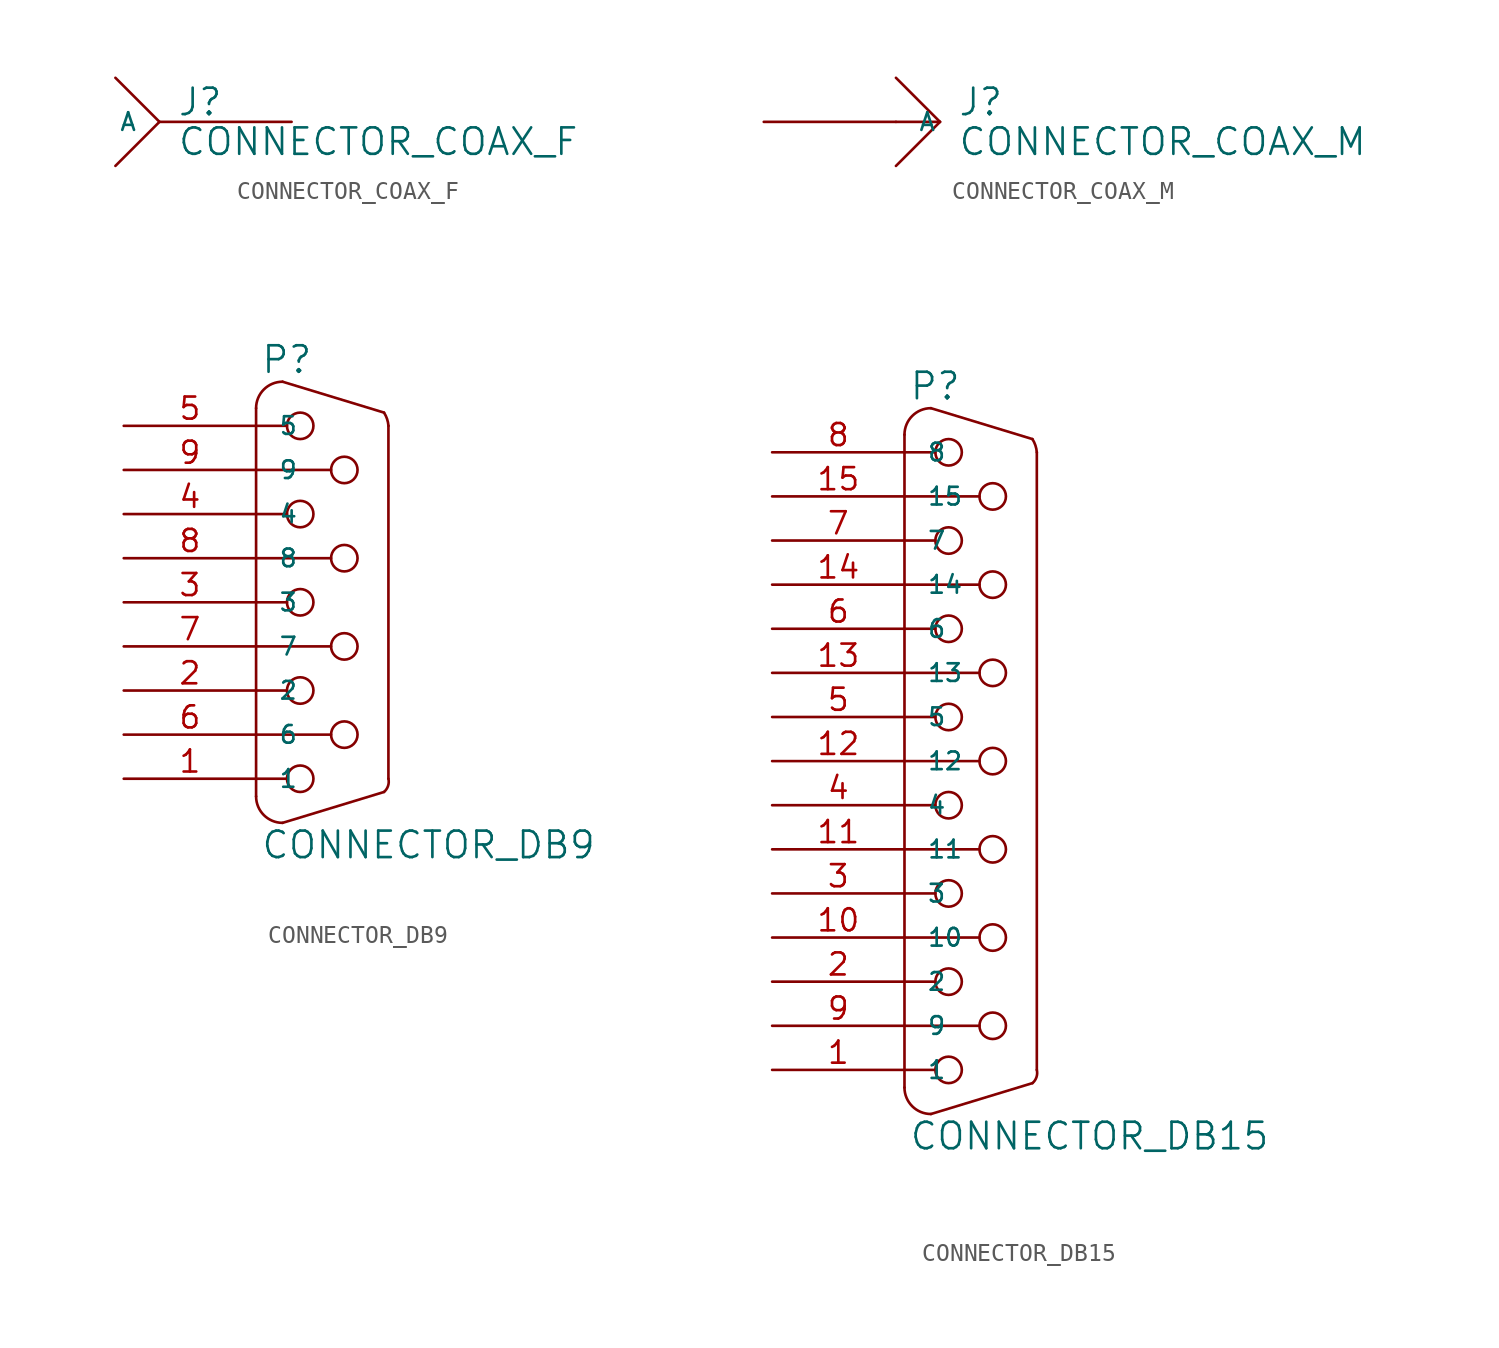
<source format=kicad_sym>
(kicad_symbol_lib
  (version 20231120)
  (generator "kicad_symbol_editor")
  (generator_version "8.0")
  (symbol "CONNECTOR_COAX_F"
    (pin_names
      (offset 1.27))
    (property "Reference" "J"
      (at 3.556 -2.286 0)
      (effects (font (size 1.524 1.524)) (justify left bottom)))
    (property "Value" "CONNECTOR_COAX_F"
      (at 3.556 -2.794 0)
      (effects (font (size 1.524 1.524)) (justify left top)))
    (symbol "CONNECTOR_COAX_F_0_1"
      (polyline (pts (xy 0 0) (xy 2.54 -2.54)) (stroke (width 0) (type solid)) (fill (type none)))
      (polyline (pts (xy 2.54 -2.54) (xy 0 -5.08)) (stroke (width 0) (type solid)) (fill (type none))))
    (symbol "CONNECTOR_COAX_F_1_1"
      (pin passive line (at 10.16 -2.54 180) (length 7.62) (name "A" (effects (font (size 1.016 1.016)))) (number "~" (effects (font (size 1.27 1.27)))))))
  (symbol "CONNECTOR_COAX_M"
    (pin_names
      (offset 1.27))
    (property "Reference" "J"
      (at 3.556 -2.286 0)
      (effects (font (size 1.524 1.524)) (justify left bottom)))
    (property "Value" "CONNECTOR_COAX_M"
      (at 3.556 -2.794 0)
      (effects (font (size 1.524 1.524)) (justify left top)))
    (symbol "CONNECTOR_COAX_M_0_1"
      (polyline (pts (xy 0 -2.54) (xy 2.54 -2.54)) (stroke (width 0) (type solid)) (fill (type none)))
      (polyline (pts (xy 0 0) (xy 2.54 -2.54)) (stroke (width 0) (type solid)) (fill (type none)))
      (polyline (pts (xy 2.54 -2.54) (xy 0 -5.08)) (stroke (width 0) (type solid)) (fill (type none))))
    (symbol "CONNECTOR_COAX_M_1_1"
      (pin passive line (at -7.62 -2.54 0) (length 7.62) (name "A" (effects (font (size 1.016 1.016)))) (number "~" (effects (font (size 1.27 1.27)))))))
  (symbol "CONNECTOR_DB9"
    (pin_names
      (offset 1.27))
    (property "Reference" "P"
      (at 0.254 0.381 0)
      (effects (font (size 1.524 1.524)) (justify left bottom)))
    (property "Value" "CONNECTOR_DB9"
      (at 0.254 -25.781 0)
      (effects (font (size 1.524 1.524)) (justify left top)))
    (symbol "CONNECTOR_DB9_0_1"
      (arc (start 0 -23.876) (mid 0.4464 -24.9536) (end 1.524 -25.4) (stroke (width 0) (type solid)) (fill (type none)))
      (polyline (pts (xy 0 -22.86) (xy 1.778 -22.86)) (stroke (width 0) (type solid)) (fill (type none)))
      (polyline (pts (xy 0 -17.78) (xy 1.778 -17.78)) (stroke (width 0) (type solid)) (fill (type none)))
      (polyline (pts (xy 0 -12.7) (xy 1.778 -12.7)) (stroke (width 0) (type solid)) (fill (type none)))
      (polyline (pts (xy 0 -7.62) (xy 1.778 -7.62)) (stroke (width 0) (type solid)) (fill (type none)))
      (polyline (pts (xy 0 -2.54) (xy 1.778 -2.54)) (stroke (width 0) (type solid)) (fill (type none)))
      (polyline (pts (xy 0 -1.524) (xy 0 -23.876)) (stroke (width 0) (type solid)) (fill (type none)))
      (polyline (pts (xy 4.318 -20.32) (xy 0 -20.32)) (stroke (width 0) (type solid)) (fill (type none)))
      (polyline (pts (xy 4.318 -15.24) (xy 0 -15.24)) (stroke (width 0) (type solid)) (fill (type none)))
      (polyline (pts (xy 4.318 -10.16) (xy 0 -10.16)) (stroke (width 0) (type solid)) (fill (type none)))
      (polyline (pts (xy 4.318 -5.08) (xy 0 -5.08)) (stroke (width 0) (type solid)) (fill (type none)))
      (polyline (pts (xy 7.366 -23.622) (xy 1.524 -25.4)) (stroke (width 0) (type solid)) (fill (type none)))
      (polyline (pts (xy 7.366 -1.778) (xy 1.524 0)) (stroke (width 0) (type solid)) (fill (type none)))
      (polyline (pts (xy 7.62 -22.86) (xy 7.62 -2.54)) (stroke (width 0) (type solid)) (fill (type none)))
      (arc (start 1.524 0) (mid 0.4464 -0.4464) (end 0 -1.524) (stroke (width 0) (type solid)) (fill (type none)))
      (circle (center 2.54 -22.86) (radius 0.762) (stroke (width 0) (type solid)) (fill (type none)))
      (circle (center 2.54 -17.78) (radius 0.762) (stroke (width 0) (type solid)) (fill (type none)))
      (circle (center 2.54 -12.7) (radius 0.762) (stroke (width 0) (type solid)) (fill (type none)))
      (circle (center 2.54 -7.62) (radius 0.762) (stroke (width 0) (type solid)) (fill (type none)))
      (circle (center 2.54 -2.54) (radius 0.762) (stroke (width 0) (type solid)) (fill (type none)))
      (circle (center 5.08 -20.32) (radius 0.762) (stroke (width 0) (type solid)) (fill (type none)))
      (circle (center 5.08 -15.24) (radius 0.762) (stroke (width 0) (type solid)) (fill (type none)))
      (circle (center 5.08 -10.16) (radius 0.762) (stroke (width 0) (type solid)) (fill (type none)))
      (circle (center 5.08 -5.08) (radius 0.762) (stroke (width 0) (type solid)) (fill (type none)))
      (arc (start 7.366 -23.622) (mid 7.5996 -23.2724) (end 7.62 -22.86) (stroke (width 0) (type solid)) (fill (type none)))
      (arc (start 7.62 -2.54) (mid 7.5427 -2.1512) (end 7.366 -1.778) (stroke (width 0) (type solid)) (fill (type none))))
    (symbol "CONNECTOR_DB9_1_1"
      (pin passive line (at -7.62 -22.86 0) (length 7.62) (name "1" (effects (font (size 1.016 1.016)))) (number "1" (effects (font (size 1.27 1.27)))))
      (pin passive line (at -7.62 -17.78 0) (length 7.62) (name "2" (effects (font (size 1.016 1.016)))) (number "2" (effects (font (size 1.27 1.27)))))
      (pin passive line (at -7.62 -12.7 0) (length 7.62) (name "3" (effects (font (size 1.016 1.016)))) (number "3" (effects (font (size 1.27 1.27)))))
      (pin passive line (at -7.62 -7.62 0) (length 7.62) (name "4" (effects (font (size 1.016 1.016)))) (number "4" (effects (font (size 1.27 1.27)))))
      (pin passive line (at -7.62 -2.54 0) (length 7.62) (name "5" (effects (font (size 1.016 1.016)))) (number "5" (effects (font (size 1.27 1.27)))))
      (pin passive line (at -7.62 -20.32 0) (length 7.62) (name "6" (effects (font (size 1.016 1.016)))) (number "6" (effects (font (size 1.27 1.27)))))
      (pin passive line (at -7.62 -15.24 0) (length 7.62) (name "7" (effects (font (size 1.016 1.016)))) (number "7" (effects (font (size 1.27 1.27)))))
      (pin passive line (at -7.62 -10.16 0) (length 7.62) (name "8" (effects (font (size 1.016 1.016)))) (number "8" (effects (font (size 1.27 1.27)))))
      (pin passive line (at -7.62 -5.08 0) (length 7.62) (name "9" (effects (font (size 1.016 1.016)))) (number "9" (effects (font (size 1.27 1.27)))))))
  (symbol "CONNECTOR_DB15"
    (pin_names
      (offset 1.27))
    (property "Reference" "P"
      (at 0.254 0.381 0)
      (effects (font (size 1.524 1.524)) (justify left bottom)))
    (property "Value" "CONNECTOR_DB15"
      (at 0.254 -41.021 0)
      (effects (font (size 1.524 1.524)) (justify left top)))
    (symbol "CONNECTOR_DB15_0_1"
      (arc (start 0 -39.116) (mid 0.4464 -40.1936) (end 1.524 -40.64) (stroke (width 0) (type solid)) (fill (type none)))
      (polyline (pts (xy 0 -38.1) (xy 1.778 -38.1)) (stroke (width 0) (type solid)) (fill (type none)))
      (polyline (pts (xy 0 -33.02) (xy 1.778 -33.02)) (stroke (width 0) (type solid)) (fill (type none)))
      (polyline (pts (xy 0 -27.94) (xy 1.778 -27.94)) (stroke (width 0) (type solid)) (fill (type none)))
      (polyline (pts (xy 0 -22.86) (xy 1.778 -22.86)) (stroke (width 0) (type solid)) (fill (type none)))
      (polyline (pts (xy 0 -17.78) (xy 1.778 -17.78)) (stroke (width 0) (type solid)) (fill (type none)))
      (polyline (pts (xy 0 -12.7) (xy 1.778 -12.7)) (stroke (width 0) (type solid)) (fill (type none)))
      (polyline (pts (xy 0 -7.62) (xy 1.778 -7.62)) (stroke (width 0) (type solid)) (fill (type none)))
      (polyline (pts (xy 0 -2.54) (xy 1.778 -2.54)) (stroke (width 0) (type solid)) (fill (type none)))
      (polyline (pts (xy 0 -1.524) (xy 0 -39.116)) (stroke (width 0) (type solid)) (fill (type none)))
      (polyline (pts (xy 4.318 -35.56) (xy 0 -35.56)) (stroke (width 0) (type solid)) (fill (type none)))
      (polyline (pts (xy 4.318 -30.48) (xy 0 -30.48)) (stroke (width 0) (type solid)) (fill (type none)))
      (polyline (pts (xy 4.318 -25.4) (xy 0 -25.4)) (stroke (width 0) (type solid)) (fill (type none)))
      (polyline (pts (xy 4.318 -20.32) (xy 0 -20.32)) (stroke (width 0) (type solid)) (fill (type none)))
      (polyline (pts (xy 4.318 -15.24) (xy 0 -15.24)) (stroke (width 0) (type solid)) (fill (type none)))
      (polyline (pts (xy 4.318 -10.16) (xy 0 -10.16)) (stroke (width 0) (type solid)) (fill (type none)))
      (polyline (pts (xy 4.318 -5.08) (xy 0 -5.08)) (stroke (width 0) (type solid)) (fill (type none)))
      (polyline (pts (xy 7.366 -38.862) (xy 1.524 -40.64)) (stroke (width 0) (type solid)) (fill (type none)))
      (polyline (pts (xy 7.366 -1.778) (xy 1.524 0)) (stroke (width 0) (type solid)) (fill (type none)))
      (polyline (pts (xy 7.62 -38.1) (xy 7.62 -2.54)) (stroke (width 0) (type solid)) (fill (type none)))
      (arc (start 1.524 0) (mid 0.4464 -0.4464) (end 0 -1.524) (stroke (width 0) (type solid)) (fill (type none)))
      (circle (center 2.54 -38.1) (radius 0.762) (stroke (width 0) (type solid)) (fill (type none)))
      (circle (center 2.54 -33.02) (radius 0.762) (stroke (width 0) (type solid)) (fill (type none)))
      (circle (center 2.54 -27.94) (radius 0.762) (stroke (width 0) (type solid)) (fill (type none)))
      (circle (center 2.54 -22.86) (radius 0.762) (stroke (width 0) (type solid)) (fill (type none)))
      (circle (center 2.54 -17.78) (radius 0.762) (stroke (width 0) (type solid)) (fill (type none)))
      (circle (center 2.54 -12.7) (radius 0.762) (stroke (width 0) (type solid)) (fill (type none)))
      (circle (center 2.54 -7.62) (radius 0.762) (stroke (width 0) (type solid)) (fill (type none)))
      (circle (center 2.54 -2.54) (radius 0.762) (stroke (width 0) (type solid)) (fill (type none)))
      (circle (center 5.08 -35.56) (radius 0.762) (stroke (width 0) (type solid)) (fill (type none)))
      (circle (center 5.08 -30.48) (radius 0.762) (stroke (width 0) (type solid)) (fill (type none)))
      (circle (center 5.08 -25.4) (radius 0.762) (stroke (width 0) (type solid)) (fill (type none)))
      (circle (center 5.08 -20.32) (radius 0.762) (stroke (width 0) (type solid)) (fill (type none)))
      (circle (center 5.08 -15.24) (radius 0.762) (stroke (width 0) (type solid)) (fill (type none)))
      (circle (center 5.08 -10.16) (radius 0.762) (stroke (width 0) (type solid)) (fill (type none)))
      (circle (center 5.08 -5.08) (radius 0.762) (stroke (width 0) (type solid)) (fill (type none)))
      (arc (start 7.366 -38.862) (mid 7.5996 -38.5124) (end 7.62 -38.1) (stroke (width 0) (type solid)) (fill (type none)))
      (arc (start 7.62 -2.54) (mid 7.5427 -2.1512) (end 7.366 -1.778) (stroke (width 0) (type solid)) (fill (type none))))
    (symbol "CONNECTOR_DB15_1_1"
      (pin passive line (at -7.62 -38.1 0) (length 7.62) (name "1" (effects (font (size 1.016 1.016)))) (number "1" (effects (font (size 1.27 1.27)))))
      (pin passive line (at -7.62 -30.48 0) (length 7.62) (name "10" (effects (font (size 1.016 1.016)))) (number "10" (effects (font (size 1.27 1.27)))))
      (pin passive line (at -7.62 -25.4 0) (length 7.62) (name "11" (effects (font (size 1.016 1.016)))) (number "11" (effects (font (size 1.27 1.27)))))
      (pin passive line (at -7.62 -20.32 0) (length 7.62) (name "12" (effects (font (size 1.016 1.016)))) (number "12" (effects (font (size 1.27 1.27)))))
      (pin passive line (at -7.62 -15.24 0) (length 7.62) (name "13" (effects (font (size 1.016 1.016)))) (number "13" (effects (font (size 1.27 1.27)))))
      (pin passive line (at -7.62 -10.16 0) (length 7.62) (name "14" (effects (font (size 1.016 1.016)))) (number "14" (effects (font (size 1.27 1.27)))))
      (pin passive line (at -7.62 -5.08 0) (length 7.62) (name "15" (effects (font (size 1.016 1.016)))) (number "15" (effects (font (size 1.27 1.27)))))
      (pin passive line (at -7.62 -33.02 0) (length 7.62) (name "2" (effects (font (size 1.016 1.016)))) (number "2" (effects (font (size 1.27 1.27)))))
      (pin passive line (at -7.62 -27.94 0) (length 7.62) (name "3" (effects (font (size 1.016 1.016)))) (number "3" (effects (font (size 1.27 1.27)))))
      (pin passive line (at -7.62 -22.86 0) (length 7.62) (name "4" (effects (font (size 1.016 1.016)))) (number "4" (effects (font (size 1.27 1.27)))))
      (pin passive line (at -7.62 -17.78 0) (length 7.62) (name "5" (effects (font (size 1.016 1.016)))) (number "5" (effects (font (size 1.27 1.27)))))
      (pin passive line (at -7.62 -12.7 0) (length 7.62) (name "6" (effects (font (size 1.016 1.016)))) (number "6" (effects (font (size 1.27 1.27)))))
      (pin passive line (at -7.62 -7.62 0) (length 7.62) (name "7" (effects (font (size 1.016 1.016)))) (number "7" (effects (font (size 1.27 1.27)))))
      (pin passive line (at -7.62 -2.54 0) (length 7.62) (name "8" (effects (font (size 1.016 1.016)))) (number "8" (effects (font (size 1.27 1.27)))))
      (pin passive line (at -7.62 -35.56 0) (length 7.62) (name "9" (effects (font (size 1.016 1.016)))) (number "9" (effects (font (size 1.27 1.27))))))))
</source>
